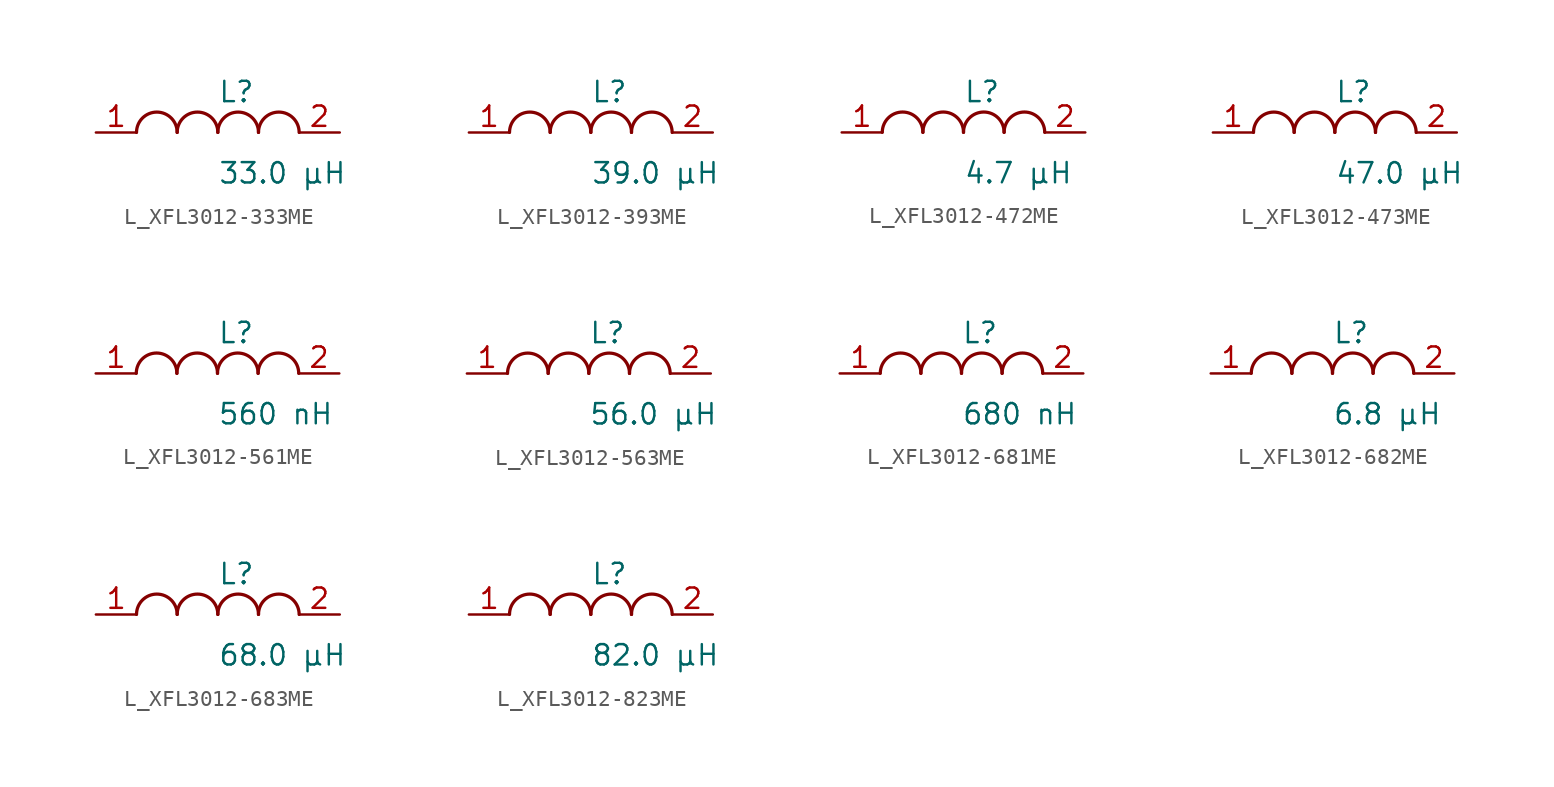
<source format=kicad_sym>
(kicad_symbol_lib
  (version 20231120)
  (generator kicad_symbol_editor)
  (generator_version 8.0)
  (symbol "L_XFL3012-333ME"
    (pin_names
      (offset 0.254))
    (property "Reference" "L"
      (at 0 2.54 0)
      (effects (font (size 1.27 1.27)) (justify left)))
    (property "Value" "33.0 µH"
      (at 0 -2.54 0)
      (effects (font (size 1.27 1.27)) (justify left)))
    (symbol "L_XFL3012-333ME_1_1"
      (arc (start -2.54 0.0056) (mid -3.81 1.27) (end -5.08 0.0056) (stroke (width 0.2032) (type default)) (fill (type none)))
      (arc (start 0 0.0056) (mid -1.27 1.27) (end -2.54 0.0056) (stroke (width 0.2032) (type default)) (fill (type none)))
      (arc (start 2.54 0.0056) (mid 1.27 1.27) (end 0 0.0056) (stroke (width 0.2032) (type default)) (fill (type none)))
      (arc (start 5.08 0.0056) (mid 3.81 1.27) (end 2.54 0.0056) (stroke (width 0.2032) (type default)) (fill (type none)))
      (pin passive line (at -7.62 0 0) (length 2.54) (name "" (effects (font (size 1.27 1.27)))) (number "1" (effects (font (size 1.27 1.27)))))
      (pin passive line (at 7.62 0 180) (length 2.54) (name "" (effects (font (size 1.27 1.27)))) (number "2" (effects (font (size 1.27 1.27)))))))
  (symbol "L_XFL3012-393ME"
    (pin_names
      (offset 0.254))
    (property "Reference" "L"
      (at 0 2.54 0)
      (effects (font (size 1.27 1.27)) (justify left)))
    (property "Value" "39.0 µH"
      (at 0 -2.54 0)
      (effects (font (size 1.27 1.27)) (justify left)))
    (symbol "L_XFL3012-393ME_1_1"
      (arc (start -2.54 0.0056) (mid -3.81 1.27) (end -5.08 0.0056) (stroke (width 0.2032) (type default)) (fill (type none)))
      (arc (start 0 0.0056) (mid -1.27 1.27) (end -2.54 0.0056) (stroke (width 0.2032) (type default)) (fill (type none)))
      (arc (start 2.54 0.0056) (mid 1.27 1.27) (end 0 0.0056) (stroke (width 0.2032) (type default)) (fill (type none)))
      (arc (start 5.08 0.0056) (mid 3.81 1.27) (end 2.54 0.0056) (stroke (width 0.2032) (type default)) (fill (type none)))
      (pin passive line (at -7.62 0 0) (length 2.54) (name "" (effects (font (size 1.27 1.27)))) (number "1" (effects (font (size 1.27 1.27)))))
      (pin passive line (at 7.62 0 180) (length 2.54) (name "" (effects (font (size 1.27 1.27)))) (number "2" (effects (font (size 1.27 1.27)))))))
  (symbol "L_XFL3012-472ME"
    (pin_names
      (offset 0.254))
    (property "Reference" "L"
      (at 0 2.54 0)
      (effects (font (size 1.27 1.27)) (justify left)))
    (property "Value" "4.7 µH"
      (at 0 -2.54 0)
      (effects (font (size 1.27 1.27)) (justify left)))
    (symbol "L_XFL3012-472ME_1_1"
      (arc (start -2.54 0.0056) (mid -3.81 1.27) (end -5.08 0.0056) (stroke (width 0.2032) (type default)) (fill (type none)))
      (arc (start 0 0.0056) (mid -1.27 1.27) (end -2.54 0.0056) (stroke (width 0.2032) (type default)) (fill (type none)))
      (arc (start 2.54 0.0056) (mid 1.27 1.27) (end 0 0.0056) (stroke (width 0.2032) (type default)) (fill (type none)))
      (arc (start 5.08 0.0056) (mid 3.81 1.27) (end 2.54 0.0056) (stroke (width 0.2032) (type default)) (fill (type none)))
      (pin passive line (at -7.62 0 0) (length 2.54) (name "" (effects (font (size 1.27 1.27)))) (number "1" (effects (font (size 1.27 1.27)))))
      (pin passive line (at 7.62 0 180) (length 2.54) (name "" (effects (font (size 1.27 1.27)))) (number "2" (effects (font (size 1.27 1.27)))))))
  (symbol "L_XFL3012-473ME"
    (pin_names
      (offset 0.254))
    (property "Reference" "L"
      (at 0 2.54 0)
      (effects (font (size 1.27 1.27)) (justify left)))
    (property "Value" "47.0 µH"
      (at 0 -2.54 0)
      (effects (font (size 1.27 1.27)) (justify left)))
    (symbol "L_XFL3012-473ME_1_1"
      (arc (start -2.54 0.0056) (mid -3.81 1.27) (end -5.08 0.0056) (stroke (width 0.2032) (type default)) (fill (type none)))
      (arc (start 0 0.0056) (mid -1.27 1.27) (end -2.54 0.0056) (stroke (width 0.2032) (type default)) (fill (type none)))
      (arc (start 2.54 0.0056) (mid 1.27 1.27) (end 0 0.0056) (stroke (width 0.2032) (type default)) (fill (type none)))
      (arc (start 5.08 0.0056) (mid 3.81 1.27) (end 2.54 0.0056) (stroke (width 0.2032) (type default)) (fill (type none)))
      (pin passive line (at -7.62 0 0) (length 2.54) (name "" (effects (font (size 1.27 1.27)))) (number "1" (effects (font (size 1.27 1.27)))))
      (pin passive line (at 7.62 0 180) (length 2.54) (name "" (effects (font (size 1.27 1.27)))) (number "2" (effects (font (size 1.27 1.27)))))))
  (symbol "L_XFL3012-561ME"
    (pin_names
      (offset 0.254))
    (property "Reference" "L"
      (at 0 2.54 0)
      (effects (font (size 1.27 1.27)) (justify left)))
    (property "Value" "560 nH"
      (at 0 -2.54 0)
      (effects (font (size 1.27 1.27)) (justify left)))
    (symbol "L_XFL3012-561ME_1_1"
      (arc (start -2.54 0.0056) (mid -3.81 1.27) (end -5.08 0.0056) (stroke (width 0.2032) (type default)) (fill (type none)))
      (arc (start 0 0.0056) (mid -1.27 1.27) (end -2.54 0.0056) (stroke (width 0.2032) (type default)) (fill (type none)))
      (arc (start 2.54 0.0056) (mid 1.27 1.27) (end 0 0.0056) (stroke (width 0.2032) (type default)) (fill (type none)))
      (arc (start 5.08 0.0056) (mid 3.81 1.27) (end 2.54 0.0056) (stroke (width 0.2032) (type default)) (fill (type none)))
      (pin passive line (at -7.62 0 0) (length 2.54) (name "" (effects (font (size 1.27 1.27)))) (number "1" (effects (font (size 1.27 1.27)))))
      (pin passive line (at 7.62 0 180) (length 2.54) (name "" (effects (font (size 1.27 1.27)))) (number "2" (effects (font (size 1.27 1.27)))))))
  (symbol "L_XFL3012-563ME"
    (pin_names
      (offset 0.254))
    (property "Reference" "L"
      (at 0 2.54 0)
      (effects (font (size 1.27 1.27)) (justify left)))
    (property "Value" "56.0 µH"
      (at 0 -2.54 0)
      (effects (font (size 1.27 1.27)) (justify left)))
    (symbol "L_XFL3012-563ME_1_1"
      (arc (start -2.54 0.0056) (mid -3.81 1.27) (end -5.08 0.0056) (stroke (width 0.2032) (type default)) (fill (type none)))
      (arc (start 0 0.0056) (mid -1.27 1.27) (end -2.54 0.0056) (stroke (width 0.2032) (type default)) (fill (type none)))
      (arc (start 2.54 0.0056) (mid 1.27 1.27) (end 0 0.0056) (stroke (width 0.2032) (type default)) (fill (type none)))
      (arc (start 5.08 0.0056) (mid 3.81 1.27) (end 2.54 0.0056) (stroke (width 0.2032) (type default)) (fill (type none)))
      (pin passive line (at -7.62 0 0) (length 2.54) (name "" (effects (font (size 1.27 1.27)))) (number "1" (effects (font (size 1.27 1.27)))))
      (pin passive line (at 7.62 0 180) (length 2.54) (name "" (effects (font (size 1.27 1.27)))) (number "2" (effects (font (size 1.27 1.27)))))))
  (symbol "L_XFL3012-681ME"
    (pin_names
      (offset 0.254))
    (property "Reference" "L"
      (at 0 2.54 0)
      (effects (font (size 1.27 1.27)) (justify left)))
    (property "Value" "680 nH"
      (at 0 -2.54 0)
      (effects (font (size 1.27 1.27)) (justify left)))
    (symbol "L_XFL3012-681ME_1_1"
      (arc (start -2.54 0.0056) (mid -3.81 1.27) (end -5.08 0.0056) (stroke (width 0.2032) (type default)) (fill (type none)))
      (arc (start 0 0.0056) (mid -1.27 1.27) (end -2.54 0.0056) (stroke (width 0.2032) (type default)) (fill (type none)))
      (arc (start 2.54 0.0056) (mid 1.27 1.27) (end 0 0.0056) (stroke (width 0.2032) (type default)) (fill (type none)))
      (arc (start 5.08 0.0056) (mid 3.81 1.27) (end 2.54 0.0056) (stroke (width 0.2032) (type default)) (fill (type none)))
      (pin passive line (at -7.62 0 0) (length 2.54) (name "" (effects (font (size 1.27 1.27)))) (number "1" (effects (font (size 1.27 1.27)))))
      (pin passive line (at 7.62 0 180) (length 2.54) (name "" (effects (font (size 1.27 1.27)))) (number "2" (effects (font (size 1.27 1.27)))))))
  (symbol "L_XFL3012-682ME"
    (pin_names
      (offset 0.254))
    (property "Reference" "L"
      (at 0 2.54 0)
      (effects (font (size 1.27 1.27)) (justify left)))
    (property "Value" "6.8 µH"
      (at 0 -2.54 0)
      (effects (font (size 1.27 1.27)) (justify left)))
    (symbol "L_XFL3012-682ME_1_1"
      (arc (start -2.54 0.0056) (mid -3.81 1.27) (end -5.08 0.0056) (stroke (width 0.2032) (type default)) (fill (type none)))
      (arc (start 0 0.0056) (mid -1.27 1.27) (end -2.54 0.0056) (stroke (width 0.2032) (type default)) (fill (type none)))
      (arc (start 2.54 0.0056) (mid 1.27 1.27) (end 0 0.0056) (stroke (width 0.2032) (type default)) (fill (type none)))
      (arc (start 5.08 0.0056) (mid 3.81 1.27) (end 2.54 0.0056) (stroke (width 0.2032) (type default)) (fill (type none)))
      (pin passive line (at -7.62 0 0) (length 2.54) (name "" (effects (font (size 1.27 1.27)))) (number "1" (effects (font (size 1.27 1.27)))))
      (pin passive line (at 7.62 0 180) (length 2.54) (name "" (effects (font (size 1.27 1.27)))) (number "2" (effects (font (size 1.27 1.27)))))))
  (symbol "L_XFL3012-683ME"
    (pin_names
      (offset 0.254))
    (property "Reference" "L"
      (at 0 2.54 0)
      (effects (font (size 1.27 1.27)) (justify left)))
    (property "Value" "68.0 µH"
      (at 0 -2.54 0)
      (effects (font (size 1.27 1.27)) (justify left)))
    (symbol "L_XFL3012-683ME_1_1"
      (arc (start -2.54 0.0056) (mid -3.81 1.27) (end -5.08 0.0056) (stroke (width 0.2032) (type default)) (fill (type none)))
      (arc (start 0 0.0056) (mid -1.27 1.27) (end -2.54 0.0056) (stroke (width 0.2032) (type default)) (fill (type none)))
      (arc (start 2.54 0.0056) (mid 1.27 1.27) (end 0 0.0056) (stroke (width 0.2032) (type default)) (fill (type none)))
      (arc (start 5.08 0.0056) (mid 3.81 1.27) (end 2.54 0.0056) (stroke (width 0.2032) (type default)) (fill (type none)))
      (pin passive line (at -7.62 0 0) (length 2.54) (name "" (effects (font (size 1.27 1.27)))) (number "1" (effects (font (size 1.27 1.27)))))
      (pin passive line (at 7.62 0 180) (length 2.54) (name "" (effects (font (size 1.27 1.27)))) (number "2" (effects (font (size 1.27 1.27)))))))
  (symbol "L_XFL3012-823ME"
    (pin_names
      (offset 0.254))
    (property "Reference" "L"
      (at 0 2.54 0)
      (effects (font (size 1.27 1.27)) (justify left)))
    (property "Value" "82.0 µH"
      (at 0 -2.54 0)
      (effects (font (size 1.27 1.27)) (justify left)))
    (symbol "L_XFL3012-823ME_1_1"
      (arc (start -2.54 0.0056) (mid -3.81 1.27) (end -5.08 0.0056) (stroke (width 0.2032) (type default)) (fill (type none)))
      (arc (start 0 0.0056) (mid -1.27 1.27) (end -2.54 0.0056) (stroke (width 0.2032) (type default)) (fill (type none)))
      (arc (start 2.54 0.0056) (mid 1.27 1.27) (end 0 0.0056) (stroke (width 0.2032) (type default)) (fill (type none)))
      (arc (start 5.08 0.0056) (mid 3.81 1.27) (end 2.54 0.0056) (stroke (width 0.2032) (type default)) (fill (type none)))
      (pin passive line (at -7.62 0 0) (length 2.54) (name "" (effects (font (size 1.27 1.27)))) (number "1" (effects (font (size 1.27 1.27)))))
      (pin passive line (at 7.62 0 180) (length 2.54) (name "" (effects (font (size 1.27 1.27)))) (number "2" (effects (font (size 1.27 1.27))))))))
</source>
